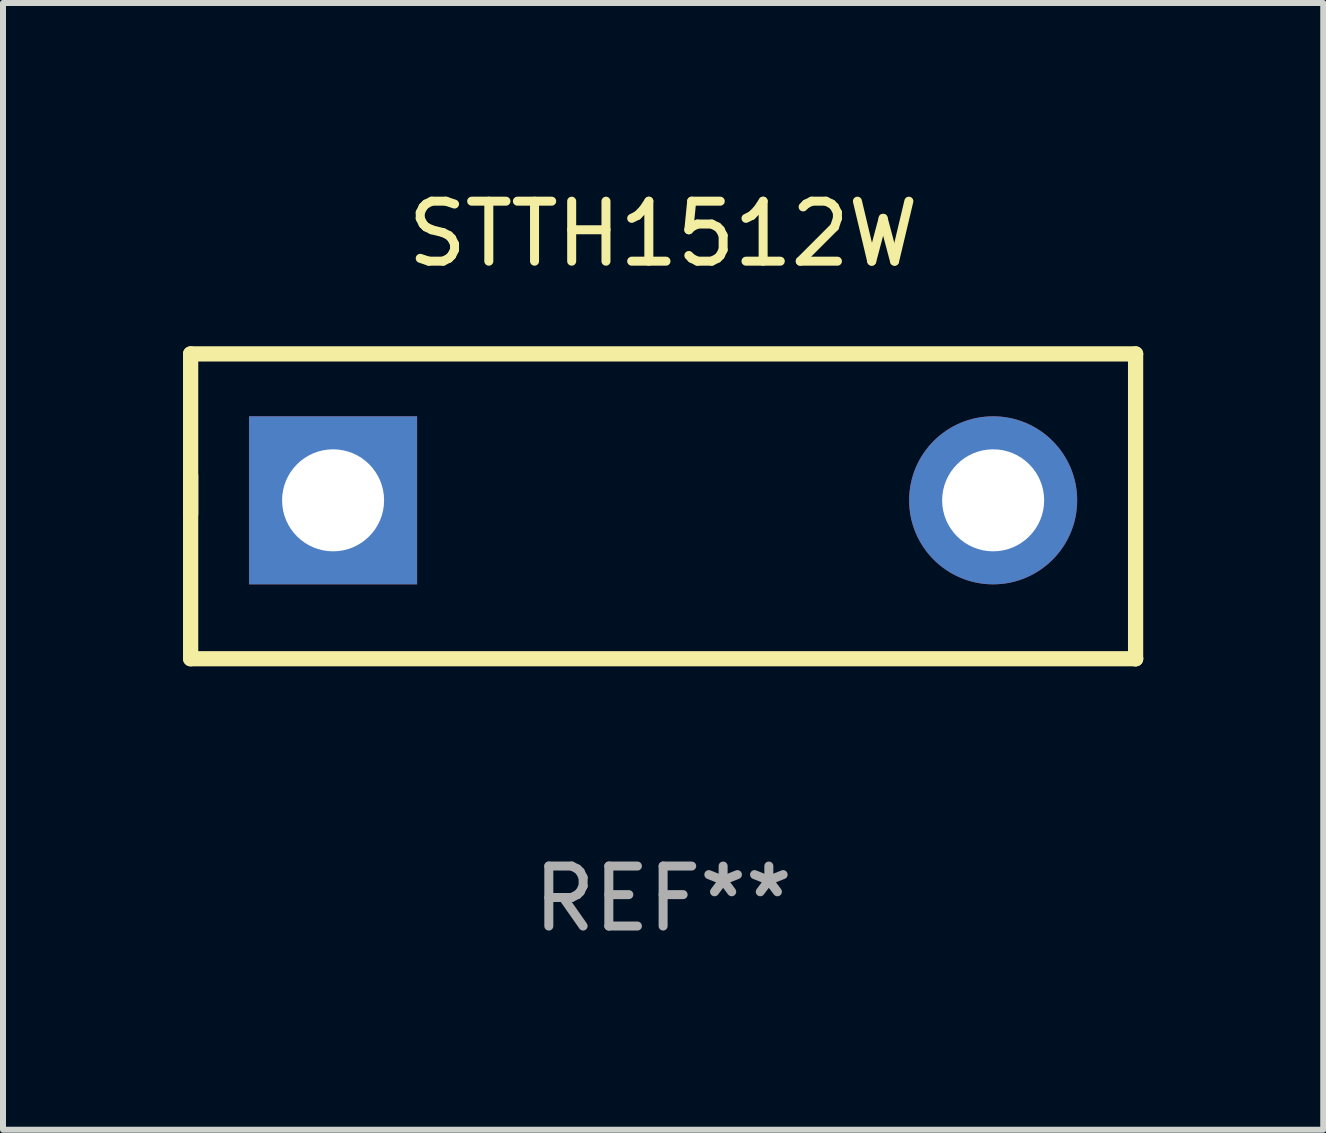
<source format=kicad_pcb>
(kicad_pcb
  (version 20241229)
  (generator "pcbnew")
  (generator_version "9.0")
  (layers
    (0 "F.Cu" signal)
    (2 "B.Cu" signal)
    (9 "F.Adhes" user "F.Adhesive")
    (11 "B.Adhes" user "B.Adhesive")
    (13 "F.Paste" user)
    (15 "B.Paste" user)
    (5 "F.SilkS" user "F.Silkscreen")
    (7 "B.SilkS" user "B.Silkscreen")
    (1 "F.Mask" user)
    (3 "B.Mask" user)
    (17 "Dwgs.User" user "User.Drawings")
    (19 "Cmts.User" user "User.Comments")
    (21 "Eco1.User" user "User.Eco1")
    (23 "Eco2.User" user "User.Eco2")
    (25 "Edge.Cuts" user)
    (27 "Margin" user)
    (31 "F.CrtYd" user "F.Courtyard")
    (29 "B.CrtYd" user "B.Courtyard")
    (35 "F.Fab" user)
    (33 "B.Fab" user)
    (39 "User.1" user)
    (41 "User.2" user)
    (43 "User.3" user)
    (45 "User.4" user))
  (footprint "STTH1512W"
    (layer "F.Cu")
    (at 8.001 5.388)
    (property "Reference" "STTH1512W" (at 0 -4.54 0) (layer "F.SilkS") (effects (font (size 1 1) (thickness 0.15))))
    (attr through_hole)
    (fp_line (start -7.874 -2.54) (end -7.874 0.127) (stroke (width 0.254) (type solid)) (layer "F.SilkS"))
    (fp_line (start -7.874 -0.508) (end -7.874 2.54) (stroke (width 0.254) (type solid)) (layer "F.SilkS"))
    (fp_line (start -7.874 2.54) (end 7.874 2.54) (stroke (width 0.254) (type solid)) (layer "F.SilkS"))
    (fp_line (start 7.874 -2.54) (end -7.874 -2.54) (stroke (width 0.254) (type solid)) (layer "F.SilkS"))
    (fp_line (start 7.874 2.54) (end 7.874 -2.54) (stroke (width 0.254) (type solid)) (layer "F.SilkS"))
    (fp_line (start 7.874 2.54) (end 7.874 2.54) (stroke (width 0.254) (type solid)) (layer "F.SilkS"))
    (fp_circle (center -7.8 2.5) (end -7.77 2.5) (stroke (width 0.06) (type solid)) (fill no) (layer "F.SilkS"))
    (fp_text user "REF**" (at 0 6.54 0) (layer "F.Fab") (effects (font (size 1 1) (thickness 0.15))))
    (pad "1" thru_hole rect (at -5.5 -0.1) (size 2.8 2.8) (drill 1.7) (layers "*.Cu" "*.Mask"))
    (pad "2" thru_hole circle (at 5.5 -0.1) (size 2.8 2.8) (drill 1.7) (layers "*.Cu" "*.Mask")))
  (gr_rect
    (start -3 -3)
    (end 19.002 15.777)
    (stroke (width 0.1) (type default))
    (fill no)
    (layer "Edge.Cuts")))
</source>
